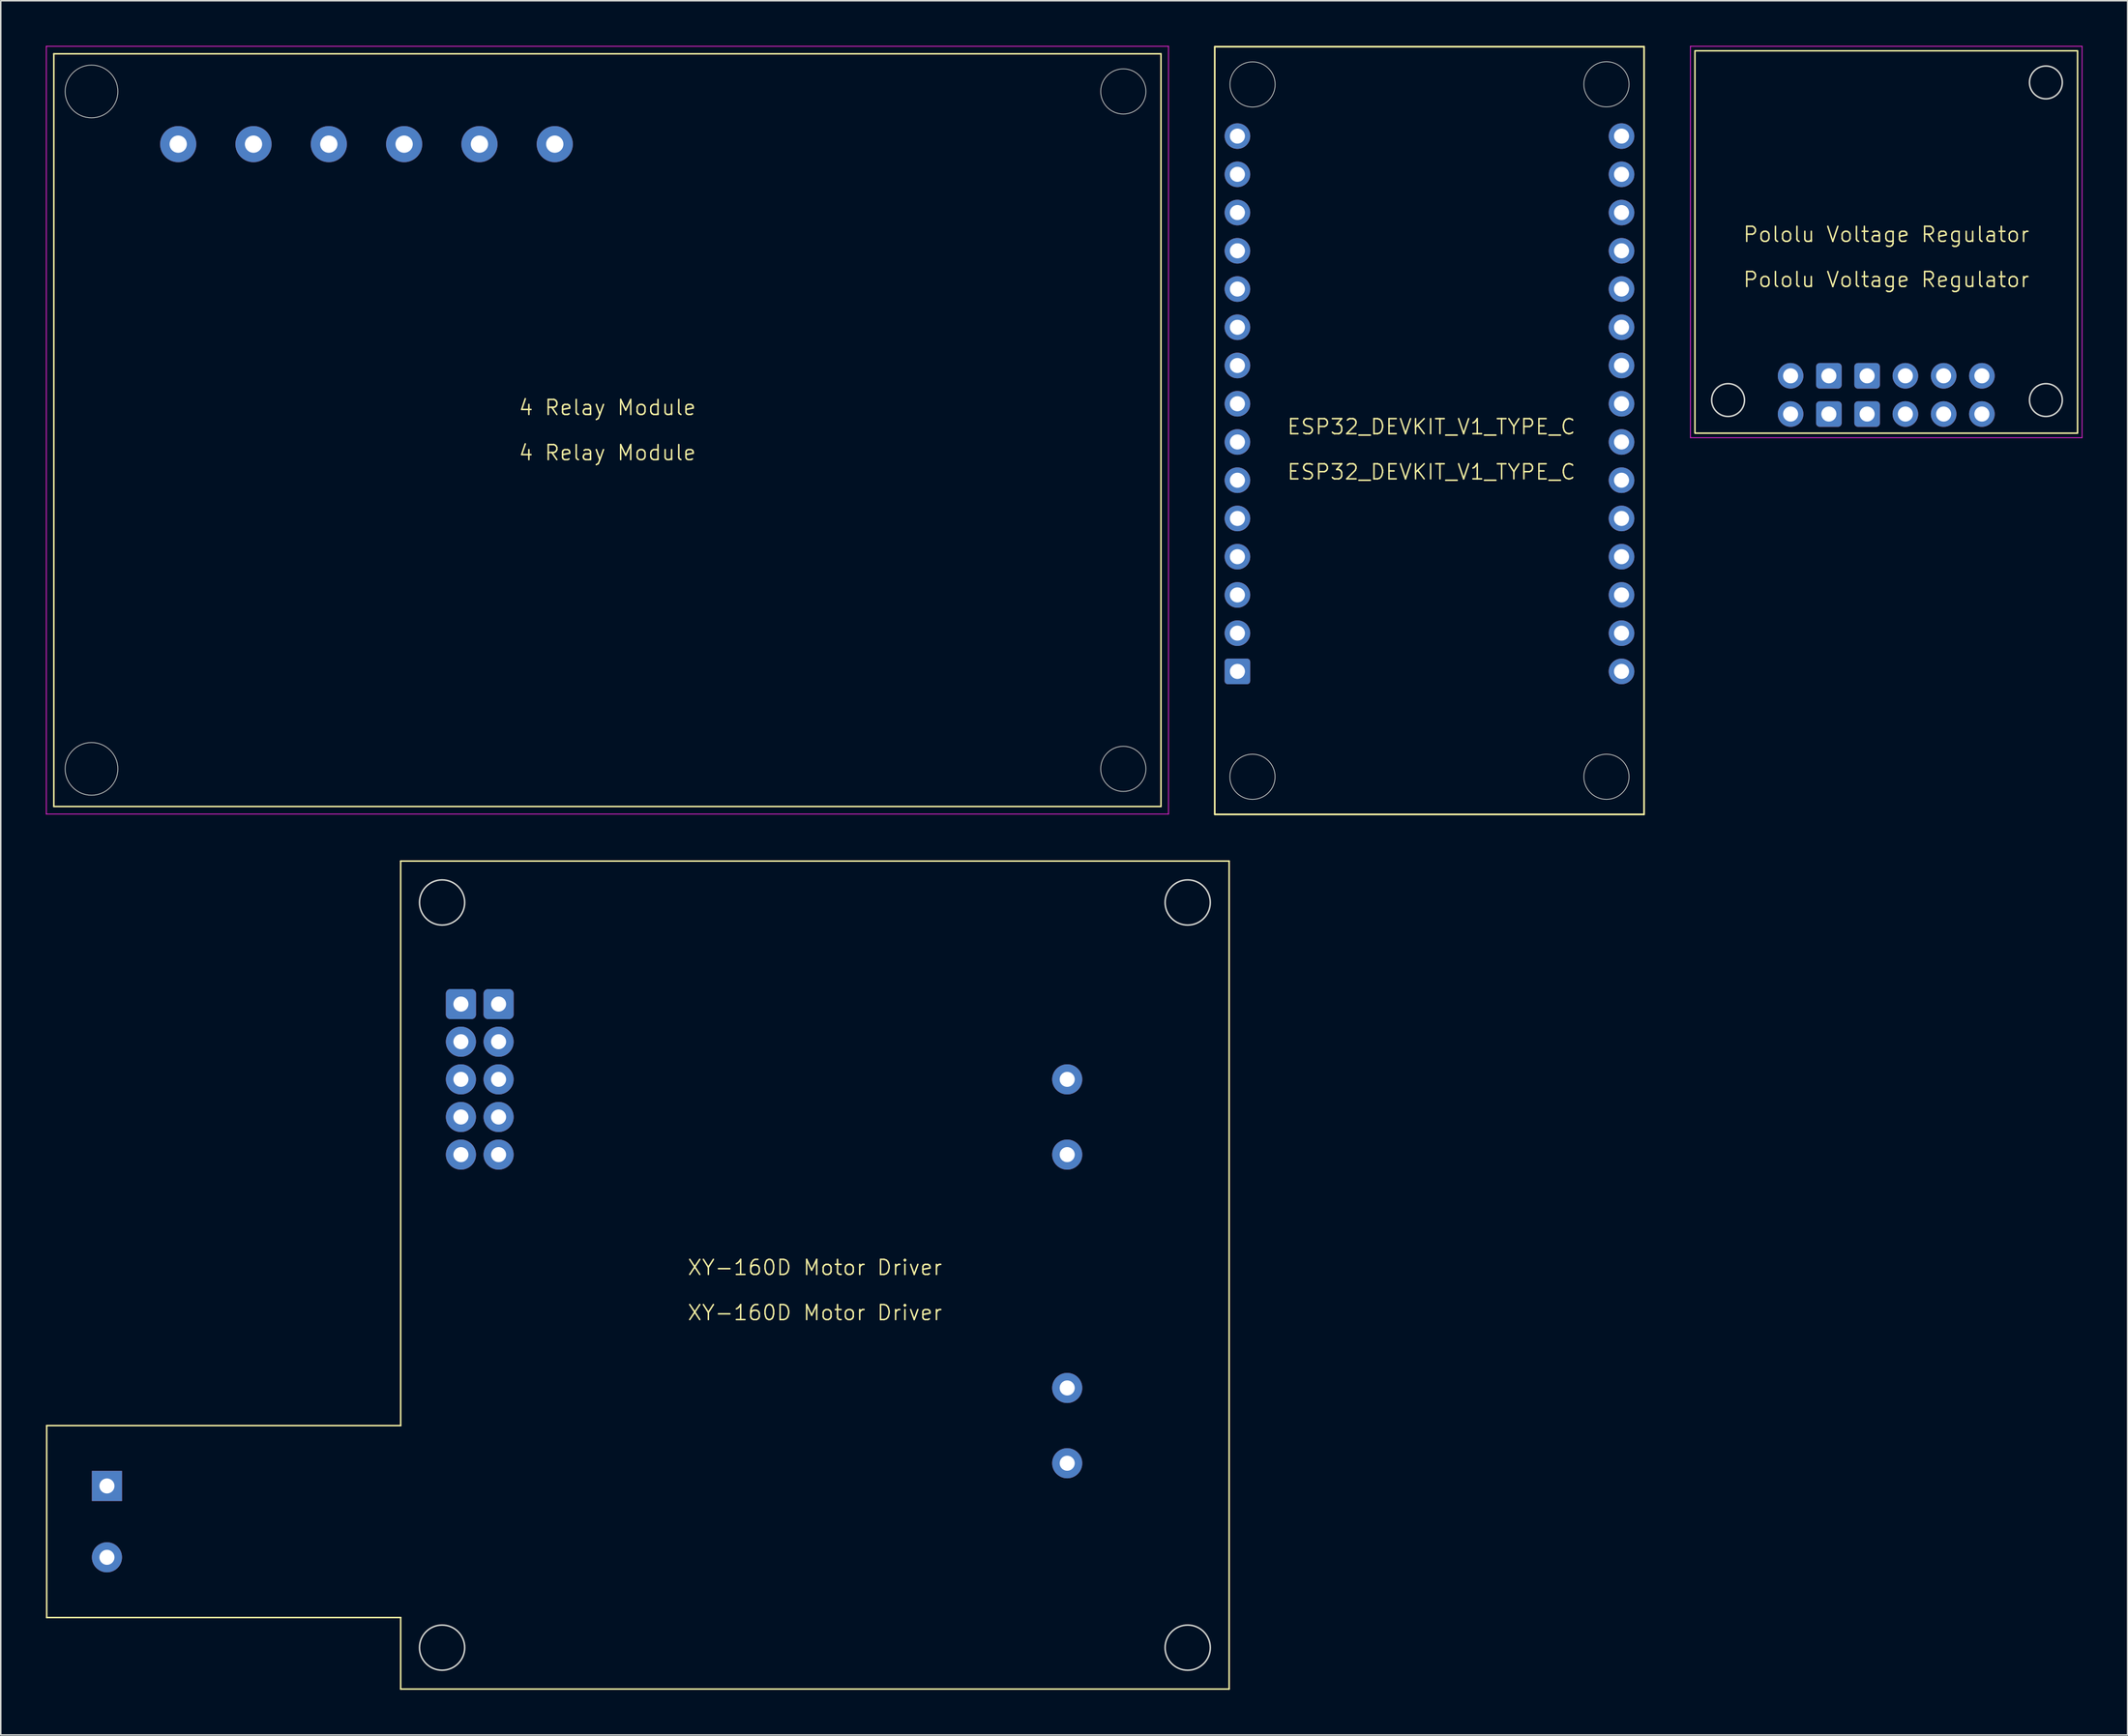
<source format=kicad_pcb>
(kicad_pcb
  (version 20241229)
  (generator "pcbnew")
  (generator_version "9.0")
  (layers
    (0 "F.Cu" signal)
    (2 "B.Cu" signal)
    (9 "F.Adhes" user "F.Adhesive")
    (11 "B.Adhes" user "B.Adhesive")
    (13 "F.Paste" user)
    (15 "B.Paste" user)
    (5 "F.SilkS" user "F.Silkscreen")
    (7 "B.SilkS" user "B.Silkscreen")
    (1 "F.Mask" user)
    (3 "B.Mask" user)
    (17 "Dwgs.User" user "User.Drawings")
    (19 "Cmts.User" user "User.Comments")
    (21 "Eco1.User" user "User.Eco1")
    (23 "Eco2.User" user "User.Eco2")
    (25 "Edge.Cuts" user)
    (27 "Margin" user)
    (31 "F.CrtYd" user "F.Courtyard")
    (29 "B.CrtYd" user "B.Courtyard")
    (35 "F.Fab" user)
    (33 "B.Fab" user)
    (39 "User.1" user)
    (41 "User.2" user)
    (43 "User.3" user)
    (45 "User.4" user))
  (footprint "ESP32_DEVKIT_V1_TYPE_C"
    (layer "F.Cu")
    (at 91.975 25.8)
    (property "Reference" "ESP32_DEVKIT_V1_TYPE_C" (at 0 -0.5 0) (unlocked yes) (layer "F.SilkS") (effects (font (size 1 1) (thickness 0.1))))
    (attr through_hole)
    (fp_line (start -14.375 -25.75) (end 14.125 -25.75) (stroke (width 0.1) (type default)) (layer "F.SilkS"))
    (fp_line (start -14.375 25.25) (end -14.375 -25.75) (stroke (width 0.1) (type default)) (layer "F.SilkS"))
    (fp_line (start 14.125 -25.75) (end 14.125 25.25) (stroke (width 0.1) (type default)) (layer "F.SilkS"))
    (fp_line (start 14.125 25.25) (end -14.375 25.25) (stroke (width 0.1) (type default)) (layer "F.SilkS"))
    (fp_rect (start -14.375 -25.75) (end 14.125 25.25) (stroke (width 0.1) (type default)) (fill no) (layer "F.SilkS"))
    (fp_circle (center -11.875 22.75) (end -10.375 22.75) (stroke (width 0.05) (type default)) (fill no) (layer "Edge.Cuts"))
    (fp_circle (center -11.87 -23.24) (end -10.37 -23.24) (stroke (width 0.05) (type default)) (fill no) (layer "Edge.Cuts"))
    (fp_circle (center 11.625 -23.25) (end 13.125 -23.25) (stroke (width 0.05) (type default)) (fill no) (layer "Edge.Cuts"))
    (fp_circle (center 11.625 22.75) (end 13.125 22.75) (stroke (width 0.05) (type default)) (fill no) (layer "Edge.Cuts"))
    (fp_text user "${REFERENCE}" (at 0 2.5 0) (unlocked yes) (layer "F.SilkS") (effects (font (size 1 1) (thickness 0.1))))
    (pad "1" thru_hole roundrect (at -12.875 15.75) (size 1.7 1.7) (drill 1) (layers "*.Cu" "*.Mask") (roundrect_rratio 0.125))
    (pad "2" thru_hole circle (at -12.875 13.21) (size 1.7 1.7) (drill 1) (layers "*.Cu" "*.Mask"))
    (pad "3" thru_hole circle (at -12.875 10.67) (size 1.7 1.7) (drill 1) (layers "*.Cu" "*.Mask"))
    (pad "4" thru_hole circle (at -12.875 8.13) (size 1.7 1.7) (drill 1) (layers "*.Cu" "*.Mask"))
    (pad "5" thru_hole circle (at -12.875 5.59) (size 1.7 1.7) (drill 1) (layers "*.Cu" "*.Mask"))
    (pad "6" thru_hole circle (at -12.875 3.05) (size 1.7 1.7) (drill 1) (layers "*.Cu" "*.Mask"))
    (pad "7" thru_hole circle (at -12.875 0.51) (size 1.7 1.7) (drill 1) (layers "*.Cu" "*.Mask"))
    (pad "8" thru_hole circle (at -12.875 -2.03) (size 1.7 1.7) (drill 1) (layers "*.Cu" "*.Mask"))
    (pad "9" thru_hole circle (at -12.875 -4.57) (size 1.7 1.7) (drill 1) (layers "*.Cu" "*.Mask"))
    (pad "10" thru_hole circle (at -12.875 -7.11) (size 1.7 1.7) (drill 1) (layers "*.Cu" "*.Mask"))
    (pad "11" thru_hole circle (at -12.875 -9.65) (size 1.7 1.7) (drill 1) (layers "*.Cu" "*.Mask"))
    (pad "12" thru_hole circle (at -12.875 -12.19) (size 1.7 1.7) (drill 1) (layers "*.Cu" "*.Mask"))
    (pad "13" thru_hole circle (at -12.875 -14.73) (size 1.7 1.7) (drill 1) (layers "*.Cu" "*.Mask"))
    (pad "14" thru_hole circle (at -12.875 -17.27) (size 1.7 1.7) (drill 1) (layers "*.Cu" "*.Mask"))
    (pad "15" thru_hole circle (at -12.875 -19.81) (size 1.7 1.7) (drill 1) (layers "*.Cu" "*.Mask"))
    (pad "16" thru_hole circle (at 12.625 15.75) (size 1.7 1.7) (drill 1) (layers "*.Cu" "*.Mask"))
    (pad "17" thru_hole circle (at 12.625 13.21) (size 1.7 1.7) (drill 1) (layers "*.Cu" "*.Mask"))
    (pad "18" thru_hole circle (at 12.625 10.67) (size 1.7 1.7) (drill 1) (layers "*.Cu" "*.Mask"))
    (pad "19" thru_hole circle (at 12.625 8.13) (size 1.7 1.7) (drill 1) (layers "*.Cu" "*.Mask"))
    (pad "20" thru_hole circle (at 12.625 5.59) (size 1.7 1.7) (drill 1) (layers "*.Cu" "*.Mask"))
    (pad "21" thru_hole circle (at 12.625 3.05) (size 1.7 1.7) (drill 1) (layers "*.Cu" "*.Mask"))
    (pad "22" thru_hole circle (at 12.625 0.51) (size 1.7 1.7) (drill 1) (layers "*.Cu" "*.Mask"))
    (pad "23" thru_hole circle (at 12.625 -2.03) (size 1.7 1.7) (drill 1) (layers "*.Cu" "*.Mask"))
    (pad "24" thru_hole circle (at 12.625 -4.57) (size 1.7 1.7) (drill 1) (layers "*.Cu" "*.Mask"))
    (pad "25" thru_hole circle (at 12.625 -7.11) (size 1.7 1.7) (drill 1) (layers "*.Cu" "*.Mask"))
    (pad "26" thru_hole circle (at 12.625 -9.65) (size 1.7 1.7) (drill 1) (layers "*.Cu" "*.Mask"))
    (pad "27" thru_hole circle (at 12.625 -12.19) (size 1.7 1.7) (drill 1) (layers "*.Cu" "*.Mask"))
    (pad "28" thru_hole circle (at 12.625 -14.73) (size 1.7 1.7) (drill 1) (layers "*.Cu" "*.Mask"))
    (pad "29" thru_hole circle (at 12.625 -17.27) (size 1.7 1.7) (drill 1) (layers "*.Cu" "*.Mask"))
    (pad "30" thru_hole circle (at 12.625 -19.81) (size 1.7 1.7) (drill 1) (layers "*.Cu" "*.Mask")))
  (footprint "Pololu Voltage Regulator"
    (layer "F.Cu")
    (at 122.175 13.025)
    (property "Reference" "Pololu Voltage Regulator" (at 0 -0.5 0) (unlocked yes) (layer "F.SilkS") (effects (font (size 1 1) (thickness 0.1))))
    (attr through_hole)
    (fp_rect (start -12.7 -12.7) (end 12.7 12.7) (stroke (width 0.1) (type default)) (fill no) (layer "F.SilkS"))
    (fp_circle (center -10.5 10.5) (end -9.41 10.5) (stroke (width 0.1) (type default)) (fill no) (layer "Edge.Cuts"))
    (fp_circle (center 10.6 -10.6) (end 11.69 -10.6) (stroke (width 0.1) (type default)) (fill no) (layer "Edge.Cuts"))
    (fp_circle (center 10.6 10.5) (end 11.69 10.5) (stroke (width 0.1) (type default)) (fill no) (layer "Edge.Cuts"))
    (fp_line (start -13 -13) (end -13 13) (stroke (width 0.05) (type default)) (layer "F.CrtYd"))
    (fp_line (start -13 13) (end 13 13) (stroke (width 0.05) (type default)) (layer "F.CrtYd"))
    (fp_line (start 13 -13) (end -13 -13) (stroke (width 0.05) (type default)) (layer "F.CrtYd"))
    (fp_line (start 13 13) (end 13 -13) (stroke (width 0.05) (type default)) (layer "F.CrtYd"))
    (fp_text user "${REFERENCE}" (at 0 2.5 0) (unlocked yes) (layer "F.SilkS") (effects (font (size 1 1) (thickness 0.1))))
    (pad "1" thru_hole circle (at 1.27 8.89) (size 1.7 1.7) (drill 1) (layers "*.Cu" "*.Mask"))
    (pad "2" thru_hole circle (at 1.27 11.43) (size 1.7 1.7) (drill 1) (layers "*.Cu" "*.Mask"))
    (pad "3" thru_hole roundrect (at -3.81 8.89) (size 1.7 1.7) (drill 1) (layers "*.Cu" "*.Mask") (roundrect_rratio 0.143))
    (pad "4" thru_hole roundrect (at -3.81 11.43) (size 1.7 1.7) (drill 1) (layers "*.Cu" "*.Mask") (roundrect_rratio 0.143))
    (pad "5" thru_hole roundrect (at -1.27 8.89) (size 1.7 1.7) (drill 1) (layers "*.Cu" "*.Mask") (roundrect_rratio 0.143))
    (pad "6" thru_hole roundrect (at -1.27 11.43) (size 1.7 1.7) (drill 1) (layers "*.Cu" "*.Mask") (roundrect_rratio 0.143))
    (pad "7" thru_hole circle (at -6.35 8.89) (size 1.7 1.7) (drill 1) (layers "*.Cu" "*.Mask"))
    (pad "8" thru_hole circle (at -6.35 11.43) (size 1.7 1.7) (drill 1) (layers "*.Cu" "*.Mask"))
    (pad "9" thru_hole circle (at 3.81 8.89) (size 1.7 1.7) (drill 1) (layers "*.Cu" "*.Mask"))
    (pad "10" thru_hole circle (at 3.81 11.43) (size 1.7 1.7) (drill 1) (layers "*.Cu" "*.Mask"))
    (pad "11" thru_hole circle (at 6.35 8.89) (size 1.7 1.7) (drill 1) (layers "*.Cu" "*.Mask"))
    (pad "12" thru_hole circle (at 6.35 11.43) (size 1.7 1.7) (drill 1) (layers "*.Cu" "*.Mask")))
  (footprint "XY-160D Motor Driver"
    (layer "F.Cu")
    (at 51.05 81.65)
    (property "Reference" "XY-160D Motor Driver" (at 0 -0.5 0) (unlocked yes) (layer "F.SilkS") (effects (font (size 1 1) (thickness 0.1))))
    (attr through_hole)
    (fp_line (start -51 10) (end -27.5 10) (stroke (width 0.1) (type default)) (layer "F.SilkS"))
    (fp_line (start -51 22.75) (end -51 10) (stroke (width 0.1) (type default)) (layer "F.SilkS"))
    (fp_line (start -27.5 -27.5) (end 27.5 -27.5) (stroke (width 0.1) (type default)) (layer "F.SilkS"))
    (fp_line (start -27.5 10) (end -27.5 -27.5) (stroke (width 0.1) (type default)) (layer "F.SilkS"))
    (fp_line (start -27.5 22.75) (end -51 22.75) (stroke (width 0.1) (type default)) (layer "F.SilkS"))
    (fp_line (start -27.5 22.75) (end -27.5 27.5) (stroke (width 0.1) (type default)) (layer "F.SilkS"))
    (fp_line (start 27.5 -27.5) (end 27.5 27.5) (stroke (width 0.1) (type default)) (layer "F.SilkS"))
    (fp_line (start 27.5 27.5) (end -27.5 27.5) (stroke (width 0.1) (type default)) (layer "F.SilkS"))
    (fp_circle (center -24.75 -24.75) (end -23.25 -24.75) (stroke (width 0.1) (type default)) (fill no) (layer "Edge.Cuts"))
    (fp_circle (center -24.75 24.75) (end -23.25 24.75) (stroke (width 0.1) (type default)) (fill no) (layer "Edge.Cuts"))
    (fp_circle (center 24.75 -24.75) (end 26.25 -24.75) (stroke (width 0.1) (type default)) (fill no) (layer "Edge.Cuts"))
    (fp_circle (center 24.75 24.75) (end 26.25 24.75) (stroke (width 0.1) (type default)) (fill no) (layer "Edge.Cuts"))
    (fp_text user "${REFERENCE}" (at 0 2.5 0) (unlocked yes) (layer "F.SilkS") (effects (font (size 1 1) (thickness 0.1))))
    (pad "1" thru_hole rect (at -47 14.01) (size 2 2) (drill 1) (layers "*.Cu" "*.Mask"))
    (pad "2" thru_hole roundrect (at -23.5 -18) (size 2 2) (drill 1) (layers "*.Cu" "*.Mask") (roundrect_rratio 0.15))
    (pad "3" thru_hole roundrect (at -21 -18) (size 2 2) (drill 1) (layers "*.Cu" "*.Mask") (roundrect_rratio 0.15))
    (pad "4" thru_hole circle (at -47 18.75) (size 2 2) (drill 1) (layers "*.Cu" "*.Mask"))
    (pad "5" thru_hole circle (at -23.5 -8) (size 2 2) (drill 1) (layers "*.Cu" "*.Mask"))
    (pad "6" thru_hole circle (at -21 -8) (size 2 2) (drill 1) (layers "*.Cu" "*.Mask"))
    (pad "7" thru_hole circle (at 16.75 12.5) (size 2 2) (drill 1) (layers "*.Cu" "*.Mask"))
    (pad "8" thru_hole circle (at 16.75 7.5) (size 2 2) (drill 1) (layers "*.Cu" "*.Mask"))
    (pad "9" thru_hole circle (at 16.75 -8) (size 2 2) (drill 1) (layers "*.Cu" "*.Mask"))
    (pad "10" thru_hole circle (at 16.75 -13) (size 2 2) (drill 1) (layers "*.Cu" "*.Mask"))
    (pad "11" thru_hole circle (at -23.5 -15.5) (size 2 2) (drill 1) (layers "*.Cu" "*.Mask"))
    (pad "12" thru_hole circle (at -23.5 -13) (size 2 2) (drill 1) (layers "*.Cu" "*.Mask"))
    (pad "13" thru_hole circle (at -23.5 -10.5) (size 2 2) (drill 1) (layers "*.Cu" "*.Mask"))
    (pad "14" thru_hole circle (at -21 -15.5) (size 2 2) (drill 1) (layers "*.Cu" "*.Mask"))
    (pad "15" thru_hole circle (at -21 -13) (size 2 2) (drill 1) (layers "*.Cu" "*.Mask"))
    (pad "16" thru_hole circle (at -21 -10.5) (size 2 2) (drill 1) (layers "*.Cu" "*.Mask")))
  (footprint "4 Relay Module"
    (layer "F.Cu")
    (at 0.525 0.525)
    (property "Reference" "4 Relay Module" (at 36.75 23.5 0) (unlocked yes) (layer "F.SilkS") (effects (font (size 1 1) (thickness 0.1))))
    (attr through_hole)
    (fp_line (start 0 50) (end 0 0) (stroke (width 0.1) (type default)) (layer "F.SilkS"))
    (fp_line (start 73.5 0) (end 0 0) (stroke (width 0.1) (type default)) (layer "F.SilkS"))
    (fp_line (start 73.5 0) (end 73.5 50) (stroke (width 0.1) (type default)) (layer "F.SilkS"))
    (fp_line (start 73.5 50) (end 0 50) (stroke (width 0.1) (type default)) (layer "F.SilkS"))
    (fp_circle (center 2.5 2.5) (end 4.25 2.5) (stroke (width 0.05) (type default)) (fill no) (layer "Edge.Cuts"))
    (fp_circle (center 2.5 47.5) (end 4.25 47.5) (stroke (width 0.05) (type default)) (fill no) (layer "Edge.Cuts"))
    (fp_circle (center 71 2.5) (end 72.5 2.5) (stroke (width 0.05) (type default)) (fill no) (layer "Edge.Cuts"))
    (fp_circle (center 71 47.5) (end 72.5 47.5) (stroke (width 0.05) (type default)) (fill no) (layer "Edge.Cuts"))
    (fp_line (start -0.5 -0.5) (end -0.5 50.5) (stroke (width 0.05) (type default)) (layer "F.CrtYd"))
    (fp_line (start -0.5 50.5) (end 74 50.5) (stroke (width 0.05) (type default)) (layer "F.CrtYd"))
    (fp_line (start 74 -0.5) (end -0.5 -0.5) (stroke (width 0.05) (type default)) (layer "F.CrtYd"))
    (fp_line (start 74 50.5) (end 74 -0.5) (stroke (width 0.05) (type default)) (layer "F.CrtYd"))
    (fp_text user "${REFERENCE}" (at 36.75 26.5 0) (unlocked yes) (layer "F.SilkS") (effects (font (size 1 1) (thickness 0.1))))
    (pad "1" thru_hole circle (at 33.255 6) (size 2.4 2.4) (drill 1.15) (layers "*.Cu" "*.Mask"))
    (pad "2" thru_hole circle (at 28.255 6) (size 2.4 2.4) (drill 1.15) (layers "*.Cu" "*.Mask"))
    (pad "3" thru_hole circle (at 23.255 6) (size 2.4 2.4) (drill 1.15) (layers "*.Cu" "*.Mask"))
    (pad "4" thru_hole circle (at 18.255 6) (size 2.4 2.4) (drill 1.15) (layers "*.Cu" "*.Mask"))
    (pad "5" thru_hole circle (at 13.255 6) (size 2.4 2.4) (drill 1.15) (layers "*.Cu" "*.Mask"))
    (pad "6" thru_hole circle (at 8.255 6) (size 2.4 2.4) (drill 1.15) (layers "*.Cu" "*.Mask")))
  (gr_rect
    (start -3 -3)
    (end 138.2 112.2)
    (stroke (width 0.1) (type default))
    (fill no)
    (layer "Edge.Cuts")))
</source>
